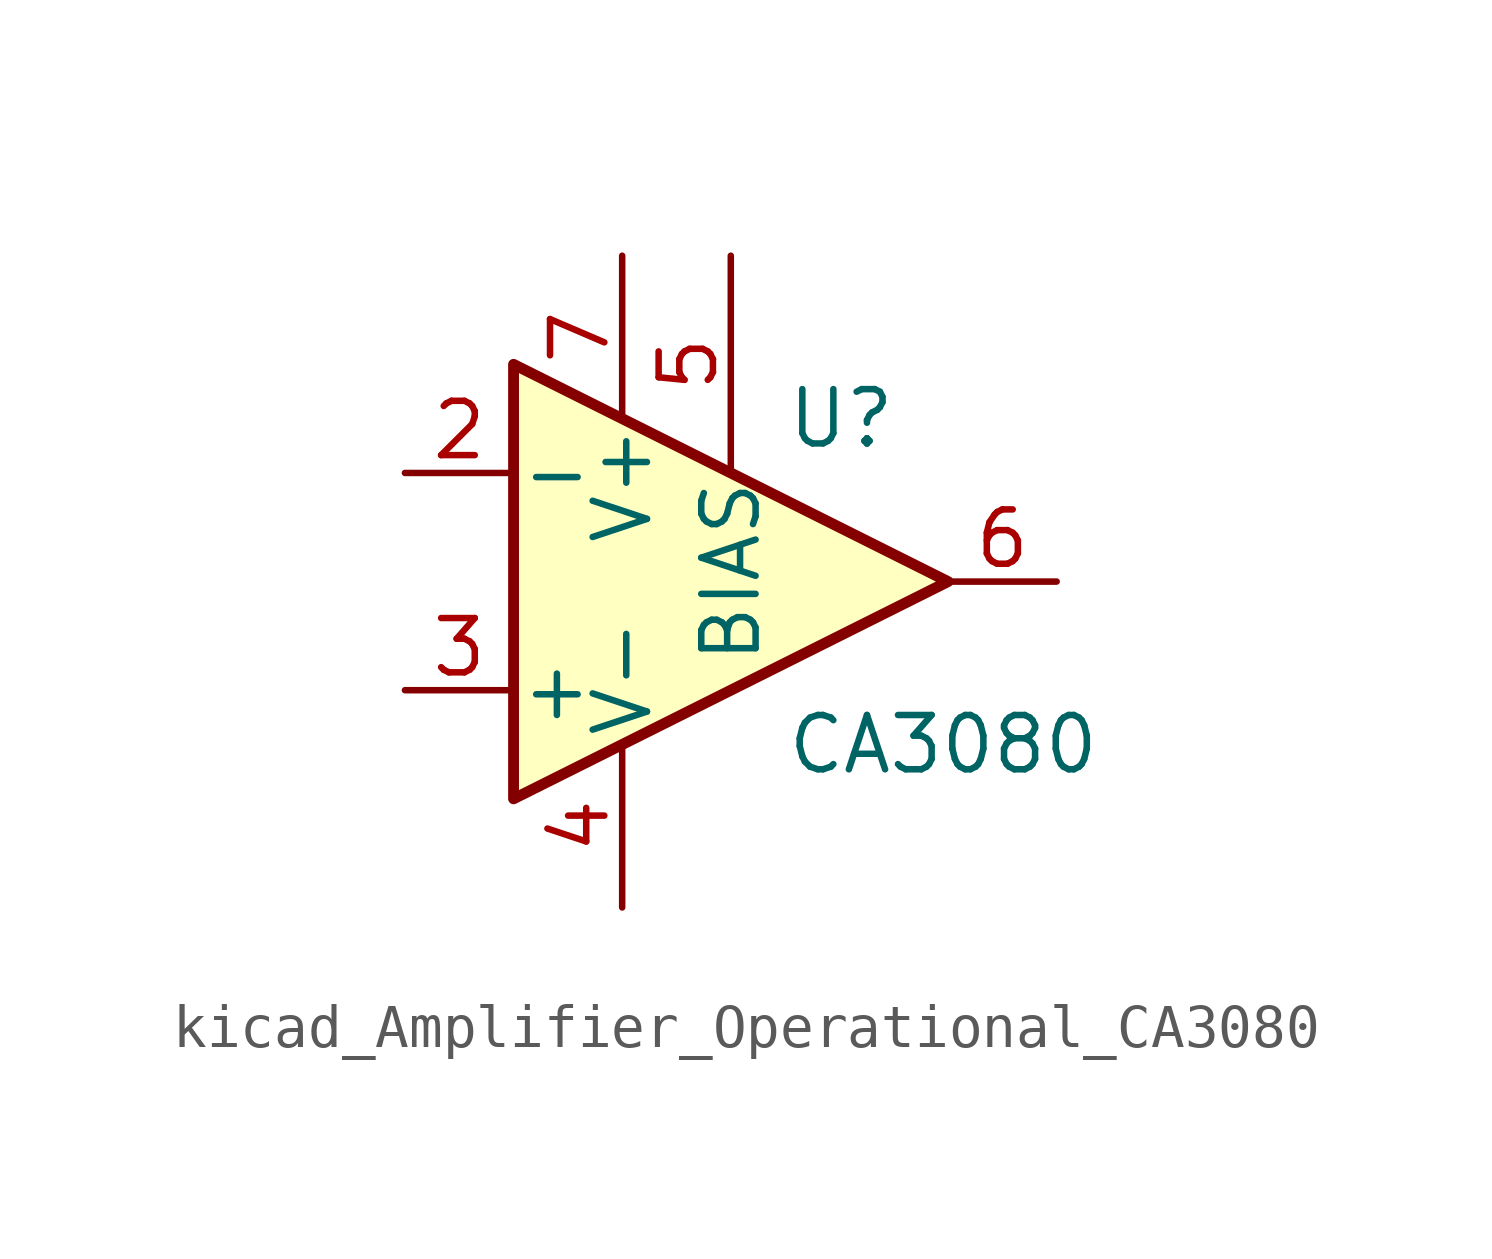
<source format=kicad_sym>
(kicad_symbol_lib
  (version 20220914)
  (generator kicad_symbol_editor)
  (symbol "kicad_Amplifier_Operational_CA3080"
    (pin_names
      (offset 0.127))
    (property "Reference" "U"
      (at 1.27 3.81 0)
      (effects (font (size 1.27 1.27)) (justify left)))
    (property "Value" "CA3080"
      (at 1.27 -3.81 0)
      (effects (font (size 1.27 1.27)) (justify left)))
    (symbol "kicad_Amplifier_Operational_CA3080_0_1"
      (polyline (pts (xy 5.08 0) (xy -5.08 -5.08) (xy -5.08 5.08) (xy 5.08 0)) (stroke (width 0.254) (type default)) (fill (type background))))
    (symbol "kicad_Amplifier_Operational_CA3080_1_1"
      (pin no_connect line (at -2.54 2.54 270) (length 2.54) hide (name "NC" (effects (font (size 1.27 1.27)))) (number "1" (effects (font (size 1.27 1.27)))))
      (pin input line (at -7.62 2.54 0) (length 2.54) (name "-" (effects (font (size 1.27 1.27)))) (number "2" (effects (font (size 1.27 1.27)))))
      (pin input line (at -7.62 -2.54 0) (length 2.54) (name "+" (effects (font (size 1.27 1.27)))) (number "3" (effects (font (size 1.27 1.27)))))
      (pin power_in line (at -2.54 -7.62 90) (length 3.81) (name "V-" (effects (font (size 1.27 1.27)))) (number "4" (effects (font (size 1.27 1.27)))))
      (pin passive line (at 0 7.62 270) (length 5.08) (name "BIAS" (effects (font (size 1.27 1.27)))) (number "5" (effects (font (size 1.27 1.27)))))
      (pin output line (at 7.62 0 180) (length 2.54) (name "~" (effects (font (size 1.27 1.27)))) (number "6" (effects (font (size 1.27 1.27)))))
      (pin power_in line (at -2.54 7.62 270) (length 3.81) (name "V+" (effects (font (size 1.27 1.27)))) (number "7" (effects (font (size 1.27 1.27)))))
      (pin no_connect line (at 0 2.54 270) (length 2.54) hide (name "NC" (effects (font (size 1.27 1.27)))) (number "8" (effects (font (size 1.27 1.27))))))))
</source>
